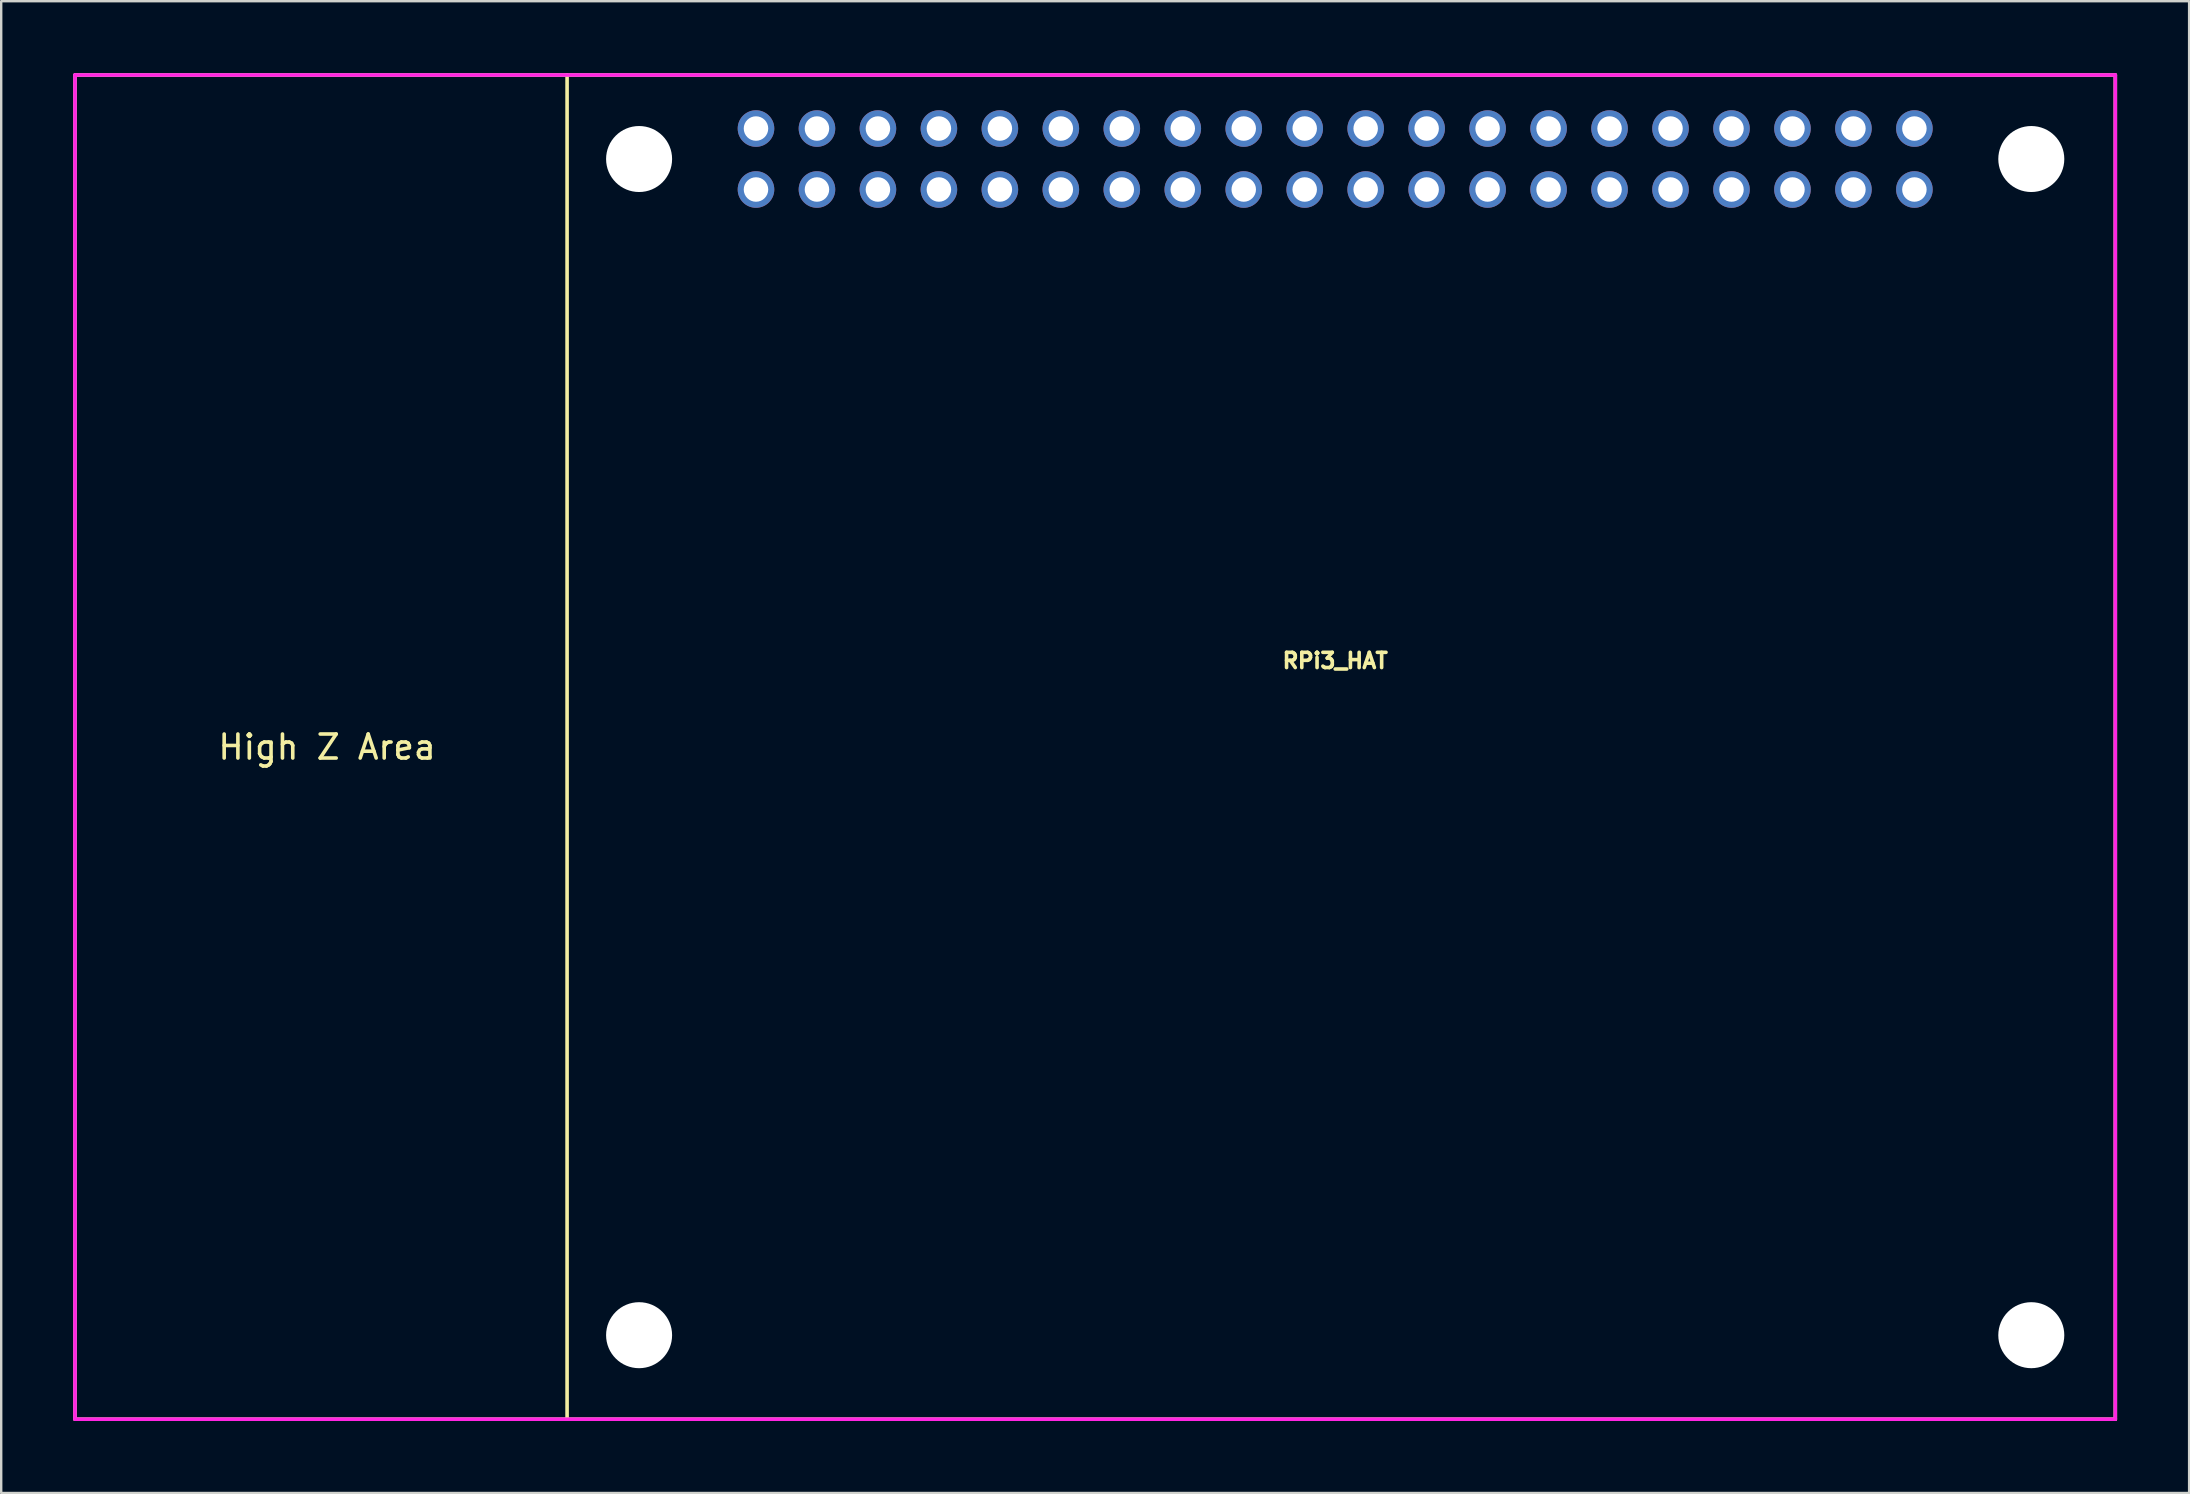
<source format=kicad_pcb>
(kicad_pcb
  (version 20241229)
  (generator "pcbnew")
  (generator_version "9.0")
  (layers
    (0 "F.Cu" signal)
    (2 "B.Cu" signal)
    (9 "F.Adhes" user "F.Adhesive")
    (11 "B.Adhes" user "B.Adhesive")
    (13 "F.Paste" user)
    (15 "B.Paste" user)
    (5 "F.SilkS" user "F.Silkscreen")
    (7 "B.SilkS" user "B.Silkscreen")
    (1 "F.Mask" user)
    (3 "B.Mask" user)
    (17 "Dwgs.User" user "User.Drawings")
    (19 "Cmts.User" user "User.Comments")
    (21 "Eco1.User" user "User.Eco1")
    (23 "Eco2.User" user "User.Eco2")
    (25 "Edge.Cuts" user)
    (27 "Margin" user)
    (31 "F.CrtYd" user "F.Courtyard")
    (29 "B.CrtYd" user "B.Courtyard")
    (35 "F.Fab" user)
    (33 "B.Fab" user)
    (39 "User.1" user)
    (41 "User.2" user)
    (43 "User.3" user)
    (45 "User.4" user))
  (footprint "RPi3_HAT"
    (layer "F.Cu")
    (at 52.575 28.075)
    (property "Reference" "RPi3_HAT" (at 0 -3.6 0) (layer "F.SilkS") (effects (font (size 0.635 0.635) (thickness 0.15))))
    (attr through_hole)
    (fp_line (start -52.5 -28) (end 32.5 -28) (stroke (width 0.15) (type solid)) (layer "F.SilkS"))
    (fp_line (start -52.5 28) (end -52.5 -28) (stroke (width 0.15) (type solid)) (layer "F.SilkS"))
    (fp_line (start -32 -28) (end -32 28) (stroke (width 0.15) (type solid)) (layer "F.SilkS"))
    (fp_line (start 32.5 -28) (end 32.5 28) (stroke (width 0.15) (type solid)) (layer "F.SilkS"))
    (fp_line (start 32.5 28) (end -52.5 28) (stroke (width 0.15) (type solid)) (layer "F.SilkS"))
    (fp_line (start -52.5 -28) (end 32.5 -28) (stroke (width 0.15) (type solid)) (layer "F.CrtYd"))
    (fp_line (start -52.5 28) (end -52.5 -28) (stroke (width 0.15) (type solid)) (layer "F.CrtYd"))
    (fp_line (start 32.5 -28) (end 32.5 28) (stroke (width 0.15) (type solid)) (layer "F.CrtYd"))
    (fp_line (start 32.5 28) (end -52.5 28) (stroke (width 0.15) (type solid)) (layer "F.CrtYd"))
    (fp_text user "High Z Area" (at -42 0 0) (layer "F.SilkS") (effects (font (size 1 1) (thickness 0.15))))
    (pad "" np_thru_hole circle (at -29 -24.5) (size 2.75 2.75) (drill 2.75) (layers "*.Cu" "*.Mask"))
    (pad "" np_thru_hole circle (at -29 24.5) (size 2.75 2.75) (drill 2.75) (layers "*.Cu" "*.Mask"))
    (pad "" np_thru_hole circle (at 29 -24.5) (size 2.75 2.75) (drill 2.75) (layers "*.Cu" "*.Mask"))
    (pad "" np_thru_hole circle (at 29 24.5) (size 2.75 2.75) (drill 2.75) (layers "*.Cu" "*.Mask"))
    (pad "1" thru_hole circle (at 24.13 -23.23) (size 1.524 1.524) (drill 1.02) (layers "*.Cu" "*.Mask"))
    (pad "2" thru_hole circle (at 24.13 -25.77) (size 1.524 1.524) (drill 1.02) (layers "*.Cu" "*.Mask"))
    (pad "3" thru_hole circle (at 21.59 -23.23) (size 1.524 1.524) (drill 1.02) (layers "*.Cu" "*.Mask"))
    (pad "4" thru_hole circle (at 21.59 -25.77) (size 1.524 1.524) (drill 1.02) (layers "*.Cu" "*.Mask"))
    (pad "5" thru_hole circle (at 19.05 -23.23) (size 1.524 1.524) (drill 1.02) (layers "*.Cu" "*.Mask"))
    (pad "6" thru_hole circle (at 19.05 -25.77) (size 1.524 1.524) (drill 1.02) (layers "*.Cu" "*.Mask"))
    (pad "7" thru_hole circle (at 16.51 -23.23) (size 1.524 1.524) (drill 1.02) (layers "*.Cu" "*.Mask"))
    (pad "8" thru_hole circle (at 16.51 -25.77) (size 1.524 1.524) (drill 1.02) (layers "*.Cu" "*.Mask"))
    (pad "9" thru_hole circle (at 13.97 -23.23) (size 1.524 1.524) (drill 1.02) (layers "*.Cu" "*.Mask"))
    (pad "10" thru_hole circle (at 13.97 -25.77) (size 1.524 1.524) (drill 1.02) (layers "*.Cu" "*.Mask"))
    (pad "11" thru_hole circle (at 11.43 -23.23) (size 1.524 1.524) (drill 1.02) (layers "*.Cu" "*.Mask"))
    (pad "12" thru_hole circle (at 11.43 -25.77) (size 1.524 1.524) (drill 1.02) (layers "*.Cu" "*.Mask"))
    (pad "13" thru_hole circle (at 8.89 -23.23) (size 1.524 1.524) (drill 1.02) (layers "*.Cu" "*.Mask"))
    (pad "14" thru_hole circle (at 8.89 -25.77) (size 1.524 1.524) (drill 1.02) (layers "*.Cu" "*.Mask"))
    (pad "15" thru_hole circle (at 6.35 -23.23) (size 1.524 1.524) (drill 1.02) (layers "*.Cu" "*.Mask"))
    (pad "16" thru_hole circle (at 6.35 -25.77) (size 1.524 1.524) (drill 1.02) (layers "*.Cu" "*.Mask"))
    (pad "17" thru_hole circle (at 3.81 -23.23) (size 1.524 1.524) (drill 1.02) (layers "*.Cu" "*.Mask"))
    (pad "18" thru_hole circle (at 3.81 -25.77) (size 1.524 1.524) (drill 1.02) (layers "*.Cu" "*.Mask"))
    (pad "19" thru_hole circle (at 1.27 -23.23) (size 1.524 1.524) (drill 1.02) (layers "*.Cu" "*.Mask"))
    (pad "20" thru_hole circle (at 1.27 -25.77) (size 1.524 1.524) (drill 1.02) (layers "*.Cu" "*.Mask"))
    (pad "21" thru_hole circle (at -1.27 -23.23) (size 1.524 1.524) (drill 1.02) (layers "*.Cu" "*.Mask"))
    (pad "22" thru_hole circle (at -1.27 -25.77) (size 1.524 1.524) (drill 1.02) (layers "*.Cu" "*.Mask"))
    (pad "23" thru_hole circle (at -3.81 -23.23) (size 1.524 1.524) (drill 1.02) (layers "*.Cu" "*.Mask"))
    (pad "24" thru_hole circle (at -3.81 -25.77) (size 1.524 1.524) (drill 1.02) (layers "*.Cu" "*.Mask"))
    (pad "25" thru_hole circle (at -6.35 -23.23) (size 1.524 1.524) (drill 1.02) (layers "*.Cu" "*.Mask"))
    (pad "26" thru_hole circle (at -6.35 -25.77) (size 1.524 1.524) (drill 1.02) (layers "*.Cu" "*.Mask"))
    (pad "27" thru_hole circle (at -8.89 -23.23) (size 1.524 1.524) (drill 1.02) (layers "*.Cu" "*.Mask"))
    (pad "28" thru_hole circle (at -8.89 -25.77) (size 1.524 1.524) (drill 1.02) (layers "*.Cu" "*.Mask"))
    (pad "29" thru_hole circle (at -11.43 -23.23) (size 1.524 1.524) (drill 1.02) (layers "*.Cu" "*.Mask"))
    (pad "30" thru_hole circle (at -11.43 -25.77) (size 1.524 1.524) (drill 1.02) (layers "*.Cu" "*.Mask"))
    (pad "31" thru_hole circle (at -13.97 -23.23) (size 1.524 1.524) (drill 1.02) (layers "*.Cu" "*.Mask"))
    (pad "32" thru_hole circle (at -13.97 -25.77) (size 1.524 1.524) (drill 1.02) (layers "*.Cu" "*.Mask"))
    (pad "33" thru_hole circle (at -16.51 -23.23) (size 1.524 1.524) (drill 1.02) (layers "*.Cu" "*.Mask"))
    (pad "34" thru_hole circle (at -16.51 -25.77) (size 1.524 1.524) (drill 1.02) (layers "*.Cu" "*.Mask"))
    (pad "35" thru_hole circle (at -19.05 -23.23) (size 1.524 1.524) (drill 1.02) (layers "*.Cu" "*.Mask"))
    (pad "36" thru_hole circle (at -19.05 -25.77) (size 1.524 1.524) (drill 1.02) (layers "*.Cu" "*.Mask"))
    (pad "37" thru_hole circle (at -21.59 -23.23) (size 1.524 1.524) (drill 1.02) (layers "*.Cu" "*.Mask"))
    (pad "38" thru_hole circle (at -21.59 -25.77) (size 1.524 1.524) (drill 1.02) (layers "*.Cu" "*.Mask"))
    (pad "39" thru_hole circle (at -24.13 -23.23) (size 1.524 1.524) (drill 1.02) (layers "*.Cu" "*.Mask"))
    (pad "40" thru_hole circle (at -24.13 -25.77) (size 1.524 1.524) (drill 1.02) (layers "*.Cu" "*.Mask")))
  (gr_rect
    (start -3 -3)
    (end 88.15 59.15)
    (stroke (width 0.1) (type default))
    (fill no)
    (layer "Edge.Cuts")))
</source>
